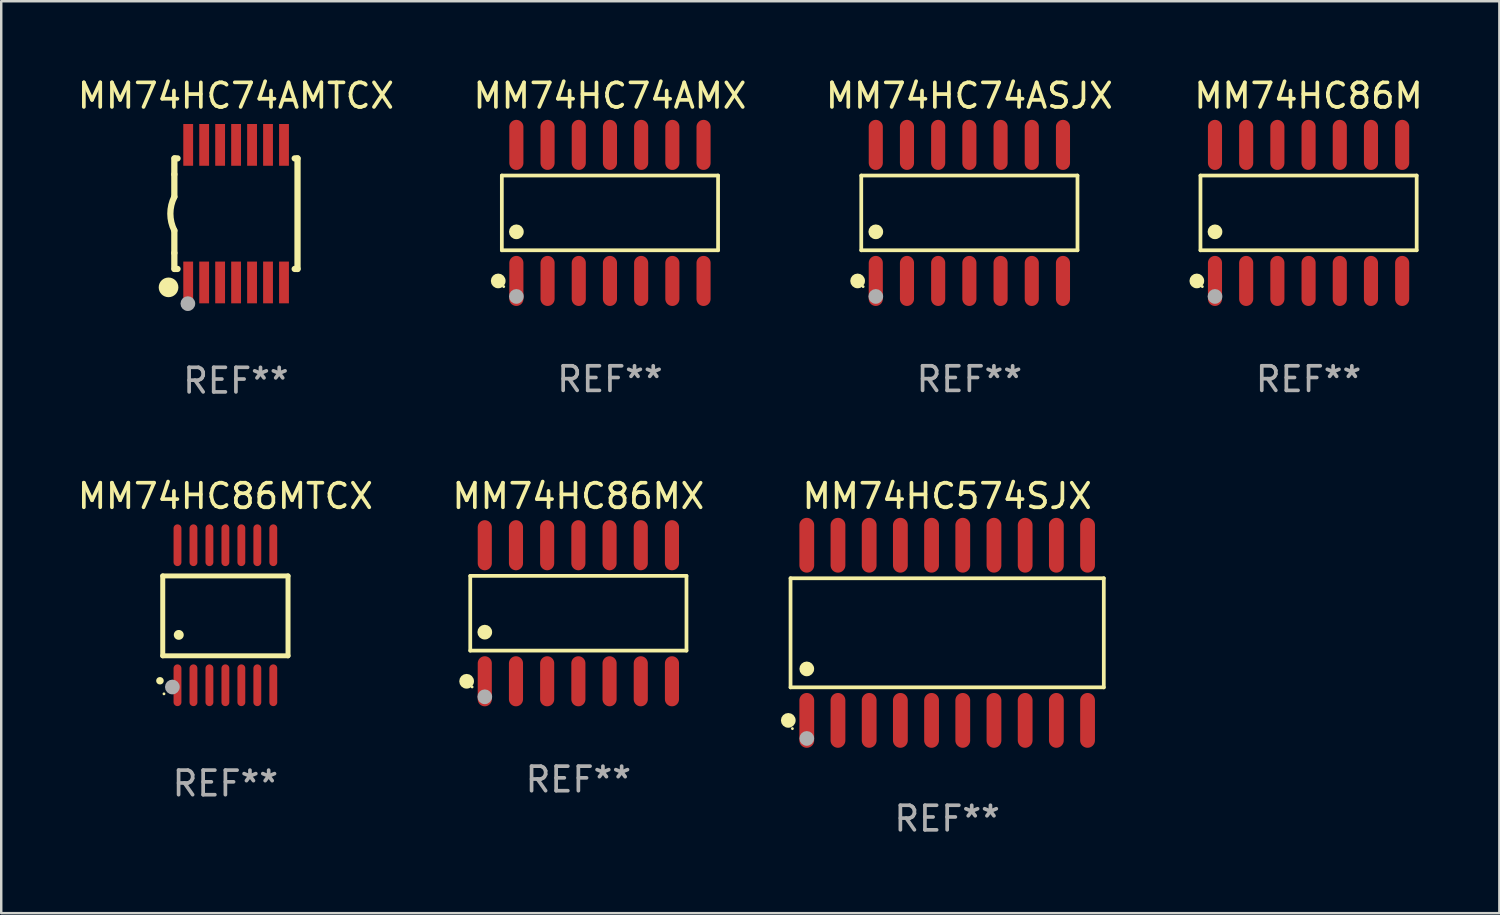
<source format=kicad_pcb>
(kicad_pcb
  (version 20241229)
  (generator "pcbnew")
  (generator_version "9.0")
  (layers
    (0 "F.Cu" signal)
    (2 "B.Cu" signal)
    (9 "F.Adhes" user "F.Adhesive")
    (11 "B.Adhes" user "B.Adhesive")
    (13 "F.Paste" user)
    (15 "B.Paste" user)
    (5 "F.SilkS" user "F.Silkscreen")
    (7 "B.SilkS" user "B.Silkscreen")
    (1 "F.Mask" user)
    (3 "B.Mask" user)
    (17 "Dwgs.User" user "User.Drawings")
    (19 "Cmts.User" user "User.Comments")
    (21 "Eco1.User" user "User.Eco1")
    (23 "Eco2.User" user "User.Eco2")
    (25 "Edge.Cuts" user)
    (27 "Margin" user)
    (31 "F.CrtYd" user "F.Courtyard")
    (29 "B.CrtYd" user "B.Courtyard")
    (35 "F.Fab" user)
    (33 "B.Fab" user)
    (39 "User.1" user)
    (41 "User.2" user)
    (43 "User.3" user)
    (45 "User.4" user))
  (footprint "MM74HC74AMX"
    (layer "F.Cu")
    (at 21.78 5.617)
    (property "Reference" "MM74HC74AMX" (at 0 -4.769 0) (layer "F.SilkS") (effects (font (size 1 1) (thickness 0.15))))
    (attr through_hole)
    (fp_line (start -4.401 -1.521) (end 4.401 -1.521) (stroke (width 0.152) (type solid)) (layer "F.SilkS"))
    (fp_line (start -4.401 1.521) (end -4.401 -1.521) (stroke (width 0.152) (type solid)) (layer "F.SilkS"))
    (fp_line (start 4.401 -1.521) (end 4.401 1.521) (stroke (width 0.152) (type solid)) (layer "F.SilkS"))
    (fp_line (start 4.401 1.521) (end -4.401 1.521) (stroke (width 0.152) (type solid)) (layer "F.SilkS"))
    (fp_circle (center -4.549 2.769) (end -4.399 2.769) (stroke (width 0.3) (type solid)) (fill no) (layer "F.SilkS"))
    (fp_circle (center -4.325 3) (end -4.295 3) (stroke (width 0.06) (type solid)) (fill no) (layer "F.SilkS"))
    (fp_circle (center -3.81 0.769) (end -3.66 0.769) (stroke (width 0.3) (type solid)) (fill no) (layer "F.SilkS"))
    (fp_circle (center -3.81 3.4) (end -3.66 3.4) (stroke (width 0.3) (type solid)) (fill no) (layer "F.Fab"))
    (fp_text user "REF**" (at 0 6.769 0) (layer "F.Fab") (effects (font (size 1 1) (thickness 0.15))))
    (pad "1" smd oval (at -3.81 2.769) (size 0.574 2.038) (layers "F.Cu" "F.Mask" "F.Paste"))
    (pad "2" smd oval (at -2.54 2.769) (size 0.574 2.038) (layers "F.Cu" "F.Mask" "F.Paste"))
    (pad "3" smd oval (at -1.27 2.769) (size 0.574 2.038) (layers "F.Cu" "F.Mask" "F.Paste"))
    (pad "4" smd oval (at 0 2.769) (size 0.574 2.038) (layers "F.Cu" "F.Mask" "F.Paste"))
    (pad "5" smd oval (at 1.27 2.769) (size 0.574 2.038) (layers "F.Cu" "F.Mask" "F.Paste"))
    (pad "6" smd oval (at 2.54 2.769) (size 0.574 2.038) (layers "F.Cu" "F.Mask" "F.Paste"))
    (pad "7" smd oval (at 3.81 2.769) (size 0.574 2.038) (layers "F.Cu" "F.Mask" "F.Paste"))
    (pad "8" smd oval (at 3.81 -2.769) (size 0.574 2.038) (layers "F.Cu" "F.Mask" "F.Paste"))
    (pad "9" smd oval (at 2.54 -2.769) (size 0.574 2.038) (layers "F.Cu" "F.Mask" "F.Paste"))
    (pad "10" smd oval (at 1.27 -2.769) (size 0.574 2.038) (layers "F.Cu" "F.Mask" "F.Paste"))
    (pad "11" smd oval (at 0 -2.769) (size 0.574 2.038) (layers "F.Cu" "F.Mask" "F.Paste"))
    (pad "12" smd oval (at -1.27 -2.769) (size 0.574 2.038) (layers "F.Cu" "F.Mask" "F.Paste"))
    (pad "13" smd oval (at -2.54 -2.769) (size 0.574 2.038) (layers "F.Cu" "F.Mask" "F.Paste"))
    (pad "14" smd oval (at -3.81 -2.769) (size 0.574 2.038) (layers "F.Cu" "F.Mask" "F.Paste")))
  (footprint "MM74HC574SJX"
    (layer "F.Cu")
    (at 35.507 22.71)
    (property "Reference" "MM74HC574SJX" (at 0 -5.565 0) (layer "F.SilkS") (effects (font (size 1 1) (thickness 0.15))))
    (attr through_hole)
    (fp_line (start -6.376 -2.221) (end 6.376 -2.221) (stroke (width 0.152) (type solid)) (layer "F.SilkS"))
    (fp_line (start -6.376 2.221) (end -6.376 -2.221) (stroke (width 0.152) (type solid)) (layer "F.SilkS"))
    (fp_line (start 6.376 -2.221) (end 6.376 2.221) (stroke (width 0.152) (type solid)) (layer "F.SilkS"))
    (fp_line (start 6.376 2.221) (end -6.376 2.221) (stroke (width 0.152) (type solid)) (layer "F.SilkS"))
    (fp_circle (center -6.468 3.565) (end -6.318 3.565) (stroke (width 0.3) (type solid)) (fill no) (layer "F.SilkS"))
    (fp_circle (center -6.3 3.9) (end -6.27 3.9) (stroke (width 0.06) (type solid)) (fill no) (layer "F.SilkS"))
    (fp_circle (center -5.715 1.469) (end -5.565 1.469) (stroke (width 0.3) (type solid)) (fill no) (layer "F.SilkS"))
    (fp_circle (center -5.715 4.3) (end -5.565 4.3) (stroke (width 0.3) (type solid)) (fill no) (layer "F.Fab"))
    (fp_text user "REF**" (at 0 7.565 0) (layer "F.Fab") (effects (font (size 1 1) (thickness 0.15))))
    (pad "1" smd oval (at -5.715 3.565) (size 0.602 2.231) (layers "F.Cu" "F.Mask" "F.Paste"))
    (pad "2" smd oval (at -4.445 3.565) (size 0.602 2.231) (layers "F.Cu" "F.Mask" "F.Paste"))
    (pad "3" smd oval (at -3.175 3.565) (size 0.602 2.231) (layers "F.Cu" "F.Mask" "F.Paste"))
    (pad "4" smd oval (at -1.905 3.565) (size 0.602 2.231) (layers "F.Cu" "F.Mask" "F.Paste"))
    (pad "5" smd oval (at -0.635 3.565) (size 0.602 2.231) (layers "F.Cu" "F.Mask" "F.Paste"))
    (pad "6" smd oval (at 0.635 3.565) (size 0.602 2.231) (layers "F.Cu" "F.Mask" "F.Paste"))
    (pad "7" smd oval (at 1.905 3.565) (size 0.602 2.231) (layers "F.Cu" "F.Mask" "F.Paste"))
    (pad "8" smd oval (at 3.175 3.565) (size 0.602 2.231) (layers "F.Cu" "F.Mask" "F.Paste"))
    (pad "9" smd oval (at 4.445 3.565) (size 0.602 2.231) (layers "F.Cu" "F.Mask" "F.Paste"))
    (pad "10" smd oval (at 5.715 3.565) (size 0.602 2.231) (layers "F.Cu" "F.Mask" "F.Paste"))
    (pad "11" smd oval (at 5.715 -3.565) (size 0.602 2.231) (layers "F.Cu" "F.Mask" "F.Paste"))
    (pad "12" smd oval (at 4.445 -3.565) (size 0.602 2.231) (layers "F.Cu" "F.Mask" "F.Paste"))
    (pad "13" smd oval (at 3.175 -3.565) (size 0.602 2.231) (layers "F.Cu" "F.Mask" "F.Paste"))
    (pad "14" smd oval (at 1.905 -3.565) (size 0.602 2.231) (layers "F.Cu" "F.Mask" "F.Paste"))
    (pad "15" smd oval (at 0.635 -3.565) (size 0.602 2.231) (layers "F.Cu" "F.Mask" "F.Paste"))
    (pad "16" smd oval (at -0.635 -3.565) (size 0.602 2.231) (layers "F.Cu" "F.Mask" "F.Paste"))
    (pad "17" smd oval (at -1.905 -3.565) (size 0.602 2.231) (layers "F.Cu" "F.Mask" "F.Paste"))
    (pad "18" smd oval (at -3.175 -3.565) (size 0.602 2.231) (layers "F.Cu" "F.Mask" "F.Paste"))
    (pad "19" smd oval (at -4.445 -3.565) (size 0.602 2.231) (layers "F.Cu" "F.Mask" "F.Paste"))
    (pad "20" smd oval (at -5.715 -3.565) (size 0.602 2.231) (layers "F.Cu" "F.Mask" "F.Paste")))
  (footprint "MM74HC86M"
    (layer "F.Cu")
    (at 50.219 5.617)
    (property "Reference" "MM74HC86M" (at 0 -4.769 0) (layer "F.SilkS") (effects (font (size 1 1) (thickness 0.15))))
    (attr through_hole)
    (fp_line (start -4.401 -1.521) (end 4.401 -1.521) (stroke (width 0.152) (type solid)) (layer "F.SilkS"))
    (fp_line (start -4.401 1.521) (end -4.401 -1.521) (stroke (width 0.152) (type solid)) (layer "F.SilkS"))
    (fp_line (start 4.401 -1.521) (end 4.401 1.521) (stroke (width 0.152) (type solid)) (layer "F.SilkS"))
    (fp_line (start 4.401 1.521) (end -4.401 1.521) (stroke (width 0.152) (type solid)) (layer "F.SilkS"))
    (fp_circle (center -4.549 2.769) (end -4.399 2.769) (stroke (width 0.3) (type solid)) (fill no) (layer "F.SilkS"))
    (fp_circle (center -4.325 3) (end -4.295 3) (stroke (width 0.06) (type solid)) (fill no) (layer "F.SilkS"))
    (fp_circle (center -3.81 0.769) (end -3.66 0.769) (stroke (width 0.3) (type solid)) (fill no) (layer "F.SilkS"))
    (fp_circle (center -3.81 3.4) (end -3.66 3.4) (stroke (width 0.3) (type solid)) (fill no) (layer "F.Fab"))
    (fp_text user "REF**" (at 0 6.769 0) (layer "F.Fab") (effects (font (size 1 1) (thickness 0.15))))
    (pad "1" smd oval (at -3.81 2.769) (size 0.574 2.038) (layers "F.Cu" "F.Mask" "F.Paste"))
    (pad "2" smd oval (at -2.54 2.769) (size 0.574 2.038) (layers "F.Cu" "F.Mask" "F.Paste"))
    (pad "3" smd oval (at -1.27 2.769) (size 0.574 2.038) (layers "F.Cu" "F.Mask" "F.Paste"))
    (pad "4" smd oval (at 0 2.769) (size 0.574 2.038) (layers "F.Cu" "F.Mask" "F.Paste"))
    (pad "5" smd oval (at 1.27 2.769) (size 0.574 2.038) (layers "F.Cu" "F.Mask" "F.Paste"))
    (pad "6" smd oval (at 2.54 2.769) (size 0.574 2.038) (layers "F.Cu" "F.Mask" "F.Paste"))
    (pad "7" smd oval (at 3.81 2.769) (size 0.574 2.038) (layers "F.Cu" "F.Mask" "F.Paste"))
    (pad "8" smd oval (at 3.81 -2.769) (size 0.574 2.038) (layers "F.Cu" "F.Mask" "F.Paste"))
    (pad "9" smd oval (at 2.54 -2.769) (size 0.574 2.038) (layers "F.Cu" "F.Mask" "F.Paste"))
    (pad "10" smd oval (at 1.27 -2.769) (size 0.574 2.038) (layers "F.Cu" "F.Mask" "F.Paste"))
    (pad "11" smd oval (at 0 -2.769) (size 0.574 2.038) (layers "F.Cu" "F.Mask" "F.Paste"))
    (pad "12" smd oval (at -1.27 -2.769) (size 0.574 2.038) (layers "F.Cu" "F.Mask" "F.Paste"))
    (pad "13" smd oval (at -2.54 -2.769) (size 0.574 2.038) (layers "F.Cu" "F.Mask" "F.Paste"))
    (pad "14" smd oval (at -3.81 -2.769) (size 0.574 2.038) (layers "F.Cu" "F.Mask" "F.Paste")))
  (footprint "MM74HC86MTCX"
    (layer "F.Cu")
    (at 6.125 21.995)
    (property "Reference" "MM74HC86MTCX" (at 0 -4.85 0) (layer "F.SilkS") (effects (font (size 1 1) (thickness 0.15))))
    (attr through_hole)
    (fp_line (start -2.55 -1.6) (end 2.55 -1.6) (stroke (width 0.203) (type solid)) (layer "F.SilkS"))
    (fp_line (start -2.55 1.651) (end -2.55 -1.6) (stroke (width 0.203) (type solid)) (layer "F.SilkS"))
    (fp_line (start 2.55 -1.6) (end 2.55 1.651) (stroke (width 0.203) (type solid)) (layer "F.SilkS"))
    (fp_line (start 2.55 1.651) (end -2.55 1.651) (stroke (width 0.203) (type solid)) (layer "F.SilkS"))
    (fp_arc (start -2.667005 2.667005) (mid -2.663677 2.667046) (end -2.66035 2.667157) (stroke (width 0.3) (type solid)) (layer "F.SilkS"))
    (fp_arc (start -1.9 0.8) (mid -1.897803 0.800014) (end -1.895606 0.800051) (stroke (width 0.4) (type solid)) (layer "F.SilkS"))
    (fp_circle (center -2.5 3.2) (end -2.47 3.2) (stroke (width 0.06) (type solid)) (fill no) (layer "F.SilkS"))
    (fp_circle (center -2.159 2.921) (end -2.009 2.921) (stroke (width 0.3) (type solid)) (fill no) (layer "F.Fab"))
    (fp_text user "REF**" (at 0 6.85 0) (layer "F.Fab") (effects (font (size 1 1) (thickness 0.15))))
    (pad "1" smd oval (at -1.95 2.85 180) (size 0.32 1.7) (layers "F.Cu" "F.Mask" "F.Paste"))
    (pad "2" smd oval (at -1.3 2.85 180) (size 0.32 1.7) (layers "F.Cu" "F.Mask" "F.Paste"))
    (pad "3" smd oval (at -0.65 2.85 180) (size 0.32 1.7) (layers "F.Cu" "F.Mask" "F.Paste"))
    (pad "4" smd oval (at 0 2.85 180) (size 0.32 1.7) (layers "F.Cu" "F.Mask" "F.Paste"))
    (pad "5" smd oval (at 0.65 2.85 180) (size 0.32 1.7) (layers "F.Cu" "F.Mask" "F.Paste"))
    (pad "6" smd oval (at 1.3 2.85 180) (size 0.32 1.7) (layers "F.Cu" "F.Mask" "F.Paste"))
    (pad "7" smd oval (at 1.95 2.85 180) (size 0.32 1.7) (layers "F.Cu" "F.Mask" "F.Paste"))
    (pad "8" smd oval (at 1.95 -2.85 180) (size 0.32 1.7) (layers "F.Cu" "F.Mask" "F.Paste"))
    (pad "9" smd oval (at 1.3 -2.85 180) (size 0.32 1.7) (layers "F.Cu" "F.Mask" "F.Paste"))
    (pad "10" smd oval (at 0.65 -2.85 180) (size 0.32 1.7) (layers "F.Cu" "F.Mask" "F.Paste"))
    (pad "11" smd oval (at 0 -2.85 180) (size 0.32 1.7) (layers "F.Cu" "F.Mask" "F.Paste"))
    (pad "12" smd oval (at -0.65 -2.85 180) (size 0.32 1.7) (layers "F.Cu" "F.Mask" "F.Paste"))
    (pad "13" smd oval (at -1.3 -2.85 180) (size 0.32 1.7) (layers "F.Cu" "F.Mask" "F.Paste"))
    (pad "14" smd oval (at -1.95 -2.85 180) (size 0.32 1.7) (layers "F.Cu" "F.Mask" "F.Paste")))
  (footprint "MM74HC86MX"
    (layer "F.Cu")
    (at 20.494 21.914)
    (property "Reference" "MM74HC86MX" (at 0 -4.769 0) (layer "F.SilkS") (effects (font (size 1 1) (thickness 0.15))))
    (attr through_hole)
    (fp_line (start -4.401 -1.521) (end 4.401 -1.521) (stroke (width 0.152) (type solid)) (layer "F.SilkS"))
    (fp_line (start -4.401 1.521) (end -4.401 -1.521) (stroke (width 0.152) (type solid)) (layer "F.SilkS"))
    (fp_line (start 4.401 -1.521) (end 4.401 1.521) (stroke (width 0.152) (type solid)) (layer "F.SilkS"))
    (fp_line (start 4.401 1.521) (end -4.401 1.521) (stroke (width 0.152) (type solid)) (layer "F.SilkS"))
    (fp_circle (center -4.549 2.769) (end -4.399 2.769) (stroke (width 0.3) (type solid)) (fill no) (layer "F.SilkS"))
    (fp_circle (center -4.325 3) (end -4.295 3) (stroke (width 0.06) (type solid)) (fill no) (layer "F.SilkS"))
    (fp_circle (center -3.81 0.769) (end -3.66 0.769) (stroke (width 0.3) (type solid)) (fill no) (layer "F.SilkS"))
    (fp_circle (center -3.81 3.4) (end -3.66 3.4) (stroke (width 0.3) (type solid)) (fill no) (layer "F.Fab"))
    (fp_text user "REF**" (at 0 6.769 0) (layer "F.Fab") (effects (font (size 1 1) (thickness 0.15))))
    (pad "1" smd oval (at -3.81 2.769) (size 0.574 2.038) (layers "F.Cu" "F.Mask" "F.Paste"))
    (pad "2" smd oval (at -2.54 2.769) (size 0.574 2.038) (layers "F.Cu" "F.Mask" "F.Paste"))
    (pad "3" smd oval (at -1.27 2.769) (size 0.574 2.038) (layers "F.Cu" "F.Mask" "F.Paste"))
    (pad "4" smd oval (at 0 2.769) (size 0.574 2.038) (layers "F.Cu" "F.Mask" "F.Paste"))
    (pad "5" smd oval (at 1.27 2.769) (size 0.574 2.038) (layers "F.Cu" "F.Mask" "F.Paste"))
    (pad "6" smd oval (at 2.54 2.769) (size 0.574 2.038) (layers "F.Cu" "F.Mask" "F.Paste"))
    (pad "7" smd oval (at 3.81 2.769) (size 0.574 2.038) (layers "F.Cu" "F.Mask" "F.Paste"))
    (pad "8" smd oval (at 3.81 -2.769) (size 0.574 2.038) (layers "F.Cu" "F.Mask" "F.Paste"))
    (pad "9" smd oval (at 2.54 -2.769) (size 0.574 2.038) (layers "F.Cu" "F.Mask" "F.Paste"))
    (pad "10" smd oval (at 1.27 -2.769) (size 0.574 2.038) (layers "F.Cu" "F.Mask" "F.Paste"))
    (pad "11" smd oval (at 0 -2.769) (size 0.574 2.038) (layers "F.Cu" "F.Mask" "F.Paste"))
    (pad "12" smd oval (at -1.27 -2.769) (size 0.574 2.038) (layers "F.Cu" "F.Mask" "F.Paste"))
    (pad "13" smd oval (at -2.54 -2.769) (size 0.574 2.038) (layers "F.Cu" "F.Mask" "F.Paste"))
    (pad "14" smd oval (at -3.81 -2.769) (size 0.574 2.038) (layers "F.Cu" "F.Mask" "F.Paste")))
  (footprint "MM74HC74ASJX"
    (layer "F.Cu")
    (at 36.411 5.617)
    (property "Reference" "MM74HC74ASJX" (at 0 -4.769 0) (layer "F.SilkS") (effects (font (size 1 1) (thickness 0.15))))
    (attr through_hole)
    (fp_line (start -4.401 -1.521) (end 4.401 -1.521) (stroke (width 0.152) (type solid)) (layer "F.SilkS"))
    (fp_line (start -4.401 1.521) (end -4.401 -1.521) (stroke (width 0.152) (type solid)) (layer "F.SilkS"))
    (fp_line (start 4.401 -1.521) (end 4.401 1.521) (stroke (width 0.152) (type solid)) (layer "F.SilkS"))
    (fp_line (start 4.401 1.521) (end -4.401 1.521) (stroke (width 0.152) (type solid)) (layer "F.SilkS"))
    (fp_circle (center -4.549 2.769) (end -4.399 2.769) (stroke (width 0.3) (type solid)) (fill no) (layer "F.SilkS"))
    (fp_circle (center -4.325 3) (end -4.295 3) (stroke (width 0.06) (type solid)) (fill no) (layer "F.SilkS"))
    (fp_circle (center -3.81 0.769) (end -3.66 0.769) (stroke (width 0.3) (type solid)) (fill no) (layer "F.SilkS"))
    (fp_circle (center -3.81 3.4) (end -3.66 3.4) (stroke (width 0.3) (type solid)) (fill no) (layer "F.Fab"))
    (fp_text user "REF**" (at 0 6.769 0) (layer "F.Fab") (effects (font (size 1 1) (thickness 0.15))))
    (pad "1" smd oval (at -3.81 2.769) (size 0.574 2.038) (layers "F.Cu" "F.Mask" "F.Paste"))
    (pad "2" smd oval (at -2.54 2.769) (size 0.574 2.038) (layers "F.Cu" "F.Mask" "F.Paste"))
    (pad "3" smd oval (at -1.27 2.769) (size 0.574 2.038) (layers "F.Cu" "F.Mask" "F.Paste"))
    (pad "4" smd oval (at 0 2.769) (size 0.574 2.038) (layers "F.Cu" "F.Mask" "F.Paste"))
    (pad "5" smd oval (at 1.27 2.769) (size 0.574 2.038) (layers "F.Cu" "F.Mask" "F.Paste"))
    (pad "6" smd oval (at 2.54 2.769) (size 0.574 2.038) (layers "F.Cu" "F.Mask" "F.Paste"))
    (pad "7" smd oval (at 3.81 2.769) (size 0.574 2.038) (layers "F.Cu" "F.Mask" "F.Paste"))
    (pad "8" smd oval (at 3.81 -2.769) (size 0.574 2.038) (layers "F.Cu" "F.Mask" "F.Paste"))
    (pad "9" smd oval (at 2.54 -2.769) (size 0.574 2.038) (layers "F.Cu" "F.Mask" "F.Paste"))
    (pad "10" smd oval (at 1.27 -2.769) (size 0.574 2.038) (layers "F.Cu" "F.Mask" "F.Paste"))
    (pad "11" smd oval (at 0 -2.769) (size 0.574 2.038) (layers "F.Cu" "F.Mask" "F.Paste"))
    (pad "12" smd oval (at -1.27 -2.769) (size 0.574 2.038) (layers "F.Cu" "F.Mask" "F.Paste"))
    (pad "13" smd oval (at -2.54 -2.769) (size 0.574 2.038) (layers "F.Cu" "F.Mask" "F.Paste"))
    (pad "14" smd oval (at -3.81 -2.769) (size 0.574 2.038) (layers "F.Cu" "F.Mask" "F.Paste")))
  (footprint "MM74HC74AMTCX"
    (layer "F.Cu")
    (at 6.554 5.648)
    (property "Reference" "MM74HC74AMTCX" (at 0 -4.8 0) (layer "F.SilkS") (effects (font (size 1 1) (thickness 0.15))))
    (attr through_hole)
    (fp_line (start -2.507 -1.6) (end -2.507 -2.25) (stroke (width 0.254) (type solid)) (layer "F.SilkS"))
    (fp_line (start -2.507 -0.686) (end -2.507 -1.6) (stroke (width 0.254) (type solid)) (layer "F.SilkS"))
    (fp_line (start -2.507 1.6) (end -2.507 0.686) (stroke (width 0.254) (type solid)) (layer "F.SilkS"))
    (fp_line (start -2.507 1.6) (end -2.507 2.25) (stroke (width 0.254) (type solid)) (layer "F.SilkS"))
    (fp_line (start -2.493 -2.25) (end -2.377 -2.25) (stroke (width 0.254) (type solid)) (layer "F.SilkS"))
    (fp_line (start -2.377 2.25) (end -2.493 2.25) (stroke (width 0.254) (type solid)) (layer "F.SilkS"))
    (fp_line (start 2.392 -2.25) (end 2.507 -2.25) (stroke (width 0.254) (type solid)) (layer "F.SilkS"))
    (fp_line (start 2.507 -2.25) (end 2.507 2.25) (stroke (width 0.254) (type solid)) (layer "F.SilkS"))
    (fp_line (start 2.507 2.25) (end 2.392 2.25) (stroke (width 0.254) (type solid)) (layer "F.SilkS"))
    (fp_arc (start -2.507303 0.685802) (mid -2.669199 0) (end -2.507303 -0.685801) (stroke (width 0.254001) (type solid)) (layer "F.SilkS"))
    (fp_circle (center -2.743 3) (end -2.543 3) (stroke (width 0.4) (type solid)) (fill no) (layer "F.SilkS"))
    (fp_circle (center -2.493 3.2) (end -2.463 3.2) (stroke (width 0.06) (type solid)) (fill no) (layer "F.SilkS"))
    (fp_circle (center -1.957 3.662) (end -1.807 3.662) (stroke (width 0.3) (type solid)) (fill no) (layer "F.Fab"))
    (fp_text user "REF**" (at 0 6.8 0) (layer "F.Fab") (effects (font (size 1 1) (thickness 0.15))))
    (pad "1" smd rect (at -1.943 2.8) (size 0.4 1.7) (layers "F.Cu" "F.Mask" "F.Paste"))
    (pad "2" smd rect (at -1.293 2.8) (size 0.4 1.7) (layers "F.Cu" "F.Mask" "F.Paste"))
    (pad "3" smd rect (at -0.643 2.8) (size 0.4 1.7) (layers "F.Cu" "F.Mask" "F.Paste"))
    (pad "4" smd rect (at 0.007 2.8) (size 0.4 1.7) (layers "F.Cu" "F.Mask" "F.Paste"))
    (pad "5" smd rect (at 0.657 2.8) (size 0.4 1.7) (layers "F.Cu" "F.Mask" "F.Paste"))
    (pad "6" smd rect (at 1.307 2.8) (size 0.4 1.7) (layers "F.Cu" "F.Mask" "F.Paste"))
    (pad "7" smd rect (at 1.957 2.8) (size 0.4 1.7) (layers "F.Cu" "F.Mask" "F.Paste"))
    (pad "8" smd rect (at 1.957 -2.8) (size 0.4 1.7) (layers "F.Cu" "F.Mask" "F.Paste"))
    (pad "9" smd rect (at 1.307 -2.8) (size 0.4 1.7) (layers "F.Cu" "F.Mask" "F.Paste"))
    (pad "10" smd rect (at 0.657 -2.8) (size 0.4 1.7) (layers "F.Cu" "F.Mask" "F.Paste"))
    (pad "11" smd rect (at 0.007 -2.8) (size 0.4 1.7) (layers "F.Cu" "F.Mask" "F.Paste"))
    (pad "12" smd rect (at -0.643 -2.8) (size 0.4 1.7) (layers "F.Cu" "F.Mask" "F.Paste"))
    (pad "13" smd rect (at -1.293 -2.8) (size 0.4 1.7) (layers "F.Cu" "F.Mask" "F.Paste"))
    (pad "14" smd rect (at -1.943 -2.8) (size 0.4 1.7) (layers "F.Cu" "F.Mask" "F.Paste")))
  (gr_rect
    (start -3 -3)
    (end 57.986 34.124)
    (stroke (width 0.1) (type default))
    (fill no)
    (layer "Edge.Cuts")))
</source>
